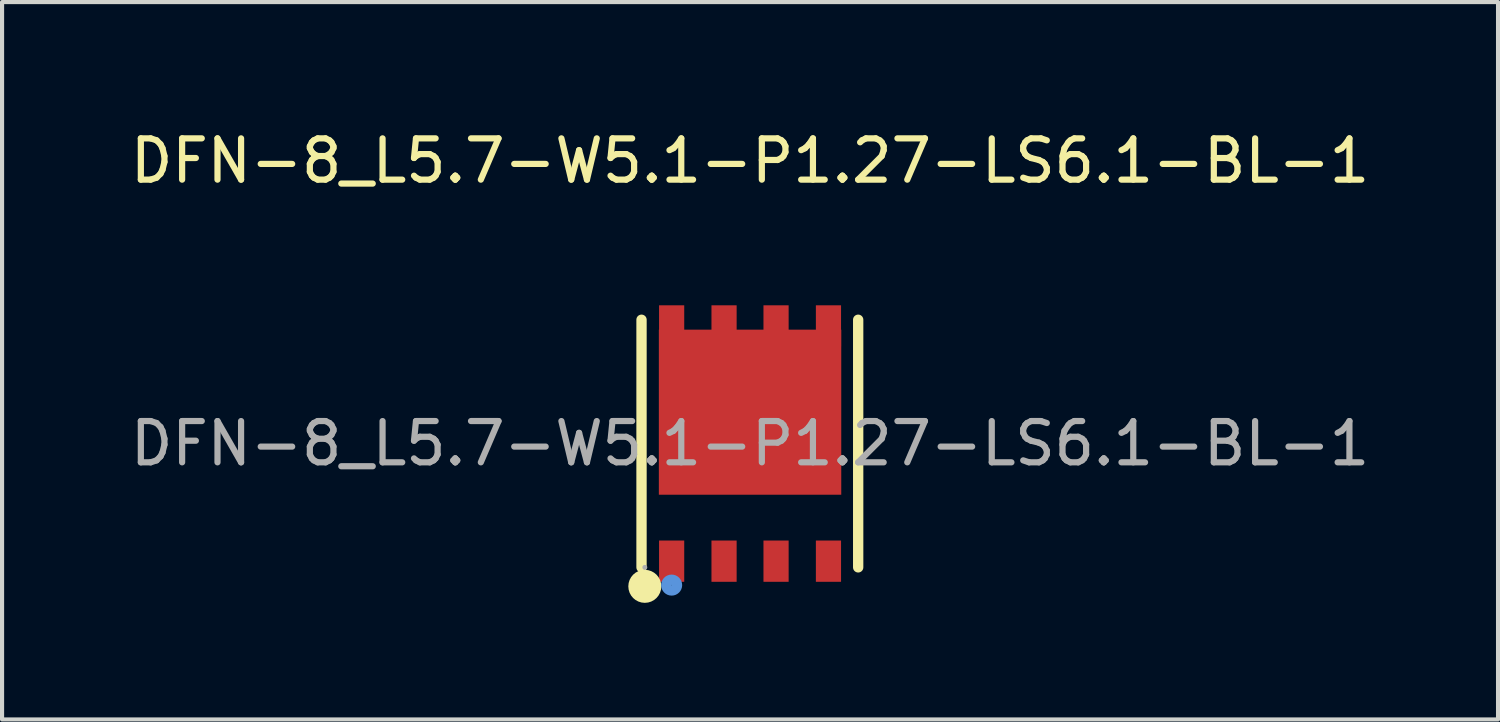
<source format=kicad_pcb>
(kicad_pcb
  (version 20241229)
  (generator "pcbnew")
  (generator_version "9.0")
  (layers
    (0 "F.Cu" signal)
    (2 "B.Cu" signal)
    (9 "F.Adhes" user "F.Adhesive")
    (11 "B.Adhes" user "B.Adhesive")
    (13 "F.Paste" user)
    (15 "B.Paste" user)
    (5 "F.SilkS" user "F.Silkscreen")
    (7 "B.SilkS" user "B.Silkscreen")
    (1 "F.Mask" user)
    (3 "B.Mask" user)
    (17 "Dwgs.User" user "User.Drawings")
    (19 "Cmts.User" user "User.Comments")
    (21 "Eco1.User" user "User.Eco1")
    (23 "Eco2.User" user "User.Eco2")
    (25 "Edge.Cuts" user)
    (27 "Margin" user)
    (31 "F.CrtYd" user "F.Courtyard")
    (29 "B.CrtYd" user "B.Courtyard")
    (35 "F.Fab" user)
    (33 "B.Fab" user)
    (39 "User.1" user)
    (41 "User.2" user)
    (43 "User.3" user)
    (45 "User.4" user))
  (footprint "DFN-8_L5.7-W5.1-P1.27-LS6.1-BL-1"
    (layer "F.Cu")
    (at 15.125 7.698)
    (property "Reference" "DFN-8_L5.7-W5.1-P1.27-LS6.1-BL-1" (at 0 -6.85 0) (layer "F.SilkS") (effects (font (size 1 1) (thickness 0.15))))
    (attr through_hole)
    (fp_line (start -2.63 3) (end -2.63 -3) (stroke (width 0.25) (type solid)) (layer "F.SilkS"))
    (fp_line (start 2.62 3) (end 2.62 -3) (stroke (width 0.25) (type solid)) (layer "F.SilkS"))
    (fp_arc (start -2.55 3.46) (mid -2.55 3.46) (end -2.55 3.46) (stroke (width 0.4) (type solid)) (layer "F.SilkS"))
    (fp_circle (center -1.9 3.43) (end -1.77 3.43) (stroke (width 0.25) (type solid)) (fill no) (layer "Cmts.User"))
    (fp_circle (center -2.55 3) (end -2.52 3) (stroke (width 0.06) (type solid)) (fill no) (layer "F.Fab"))
    (fp_text user "${REFERENCE}" (at 0 0 0) (layer "F.Fab") (effects (font (size 1 1) (thickness 0.15))))
    (pad "1" smd rect (at -1.9 2.85) (size 0.61 1) (layers "F.Cu" "F.Mask" "F.Paste"))
    (pad "2" smd rect (at -0.63 2.85) (size 0.61 1) (layers "F.Cu" "F.Mask" "F.Paste"))
    (pad "3" smd rect (at 0.63 2.85) (size 0.61 1) (layers "F.Cu" "F.Mask" "F.Paste"))
    (pad "4" smd rect (at 1.9 2.85) (size 0.61 1) (layers "F.Cu" "F.Mask" "F.Paste"))
    (pad "5" smd rect (at -1.9 -2.85) (size 0.61 1) (layers "F.Cu" "F.Mask" "F.Paste"))
    (pad "5" smd rect (at -0.63 -2.85) (size 0.61 1) (layers "F.Cu" "F.Mask" "F.Paste"))
    (pad "5" smd rect (at 0 -0.76) (size 4.42 4) (layers "F.Cu" "F.Mask" "F.Paste"))
    (pad "5" smd rect (at 0.63 -2.85) (size 0.61 1) (layers "F.Cu" "F.Mask" "F.Paste"))
    (pad "5" smd rect (at 1.9 -2.85) (size 0.61 1) (layers "F.Cu" "F.Mask" "F.Paste")))
  (gr_rect
    (start -3 -3)
    (end 33.25 14.383)
    (stroke (width 0.1) (type default))
    (fill no)
    (layer "Edge.Cuts")))
</source>
